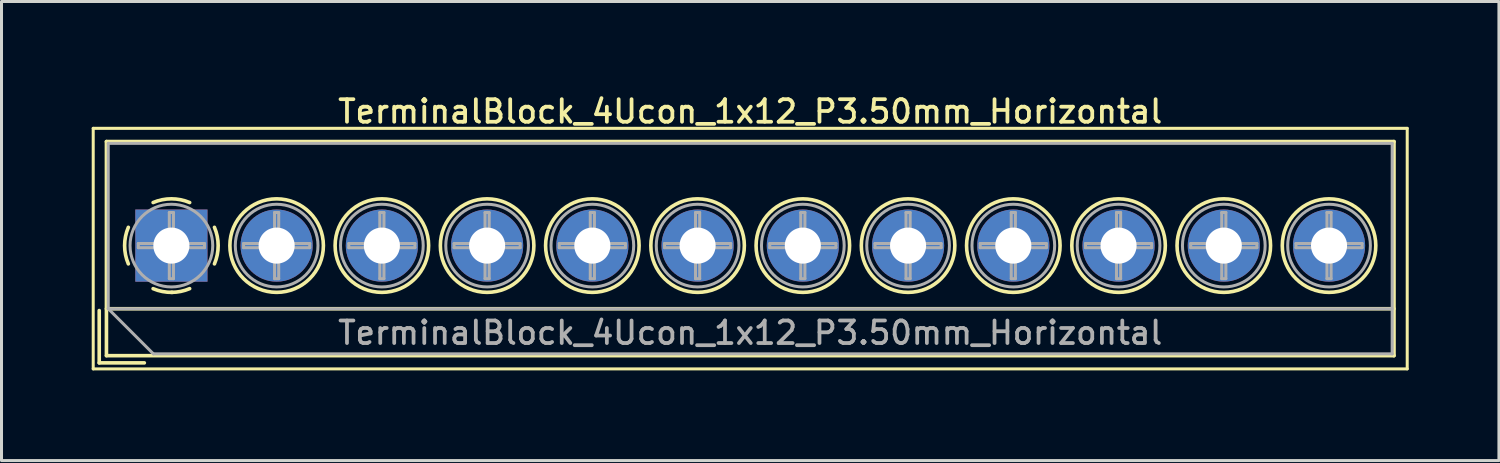
<source format=kicad_pcb>
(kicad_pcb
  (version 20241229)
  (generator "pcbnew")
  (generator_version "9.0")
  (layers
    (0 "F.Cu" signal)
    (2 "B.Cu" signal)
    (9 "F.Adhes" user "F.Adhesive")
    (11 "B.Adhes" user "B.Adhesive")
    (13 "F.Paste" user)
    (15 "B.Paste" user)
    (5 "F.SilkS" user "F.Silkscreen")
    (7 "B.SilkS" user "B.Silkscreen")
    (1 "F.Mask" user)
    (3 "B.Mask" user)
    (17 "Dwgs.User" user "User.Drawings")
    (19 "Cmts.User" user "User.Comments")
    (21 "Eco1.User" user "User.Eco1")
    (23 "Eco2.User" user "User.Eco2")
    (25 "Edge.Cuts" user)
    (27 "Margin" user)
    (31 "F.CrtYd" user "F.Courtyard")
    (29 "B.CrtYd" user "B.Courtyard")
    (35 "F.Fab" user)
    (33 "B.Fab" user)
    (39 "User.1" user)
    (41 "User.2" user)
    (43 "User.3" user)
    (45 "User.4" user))
  (footprint "TerminalBlock_4Ucon_1x12_P3.50mm_Horizontal"
    (layer "F.Cu")
    (at 2.65 5.118)
    (property "Reference" "TerminalBlock_4Ucon_1x12_P3.50mm_Horizontal" (at 19.25 -4.46 0) (layer "F.SilkS") (effects (font (size 0.75 0.75) (thickness 0.125))))
    (attr through_hole)
    (fp_line (start -2.6 -3.9) (end -2.6 4.1) (stroke (width 0.1) (type solid)) (layer "F.SilkS"))
    (fp_line (start -2.6 4.1) (end 41.1 4.1) (stroke (width 0.1) (type solid)) (layer "F.SilkS"))
    (fp_line (start -2.4 2.16) (end -2.4 3.9) (stroke (width 0.12) (type solid)) (layer "F.SilkS"))
    (fp_line (start -2.4 3.9) (end -0.9 3.9) (stroke (width 0.12) (type solid)) (layer "F.SilkS"))
    (fp_line (start -2.16 -3.46) (end -2.16 3.66) (stroke (width 0.12) (type solid)) (layer "F.SilkS"))
    (fp_line (start -2.16 -3.46) (end 40.66 -3.46) (stroke (width 0.12) (type solid)) (layer "F.SilkS"))
    (fp_line (start -2.16 2.1) (end 40.66 2.1) (stroke (width 0.12) (type solid)) (layer "F.SilkS"))
    (fp_line (start -2.16 3.66) (end 40.66 3.66) (stroke (width 0.12) (type solid)) (layer "F.SilkS"))
    (fp_line (start 40.66 -3.46) (end 40.66 3.66) (stroke (width 0.12) (type solid)) (layer "F.SilkS"))
    (fp_line (start 41.1 -3.9) (end -2.6 -3.9) (stroke (width 0.1) (type solid)) (layer "F.SilkS"))
    (fp_line (start 41.1 4.1) (end 41.1 -3.9) (stroke (width 0.1) (type solid)) (layer "F.SilkS"))
    (fp_arc (start -1.432109 0.607742) (mid -1.555727 -0.00014) (end -1.432 -0.608) (stroke (width 0.12) (type solid)) (layer "F.SilkS"))
    (fp_arc (start -0.607742 -1.432109) (mid 0.00014 -1.555727) (end 0.608 -1.432) (stroke (width 0.12) (type solid)) (layer "F.SilkS"))
    (fp_arc (start 0.027011 1.555493) (mid -0.296984 1.527118) (end -0.608 1.432) (stroke (width 0.12) (type solid)) (layer "F.SilkS"))
    (fp_arc (start 0.607587 1.431385) (mid 0.310017 1.523783) (end 0 1.555) (stroke (width 0.12) (type solid)) (layer "F.SilkS"))
    (fp_arc (start 1.432109 -0.607742) (mid 1.555727 0.00014) (end 1.432 0.608) (stroke (width 0.12) (type solid)) (layer "F.SilkS"))
    (fp_circle (center 3.5 0) (end 5.055 0) (stroke (width 0.12) (type solid)) (fill no) (layer "F.SilkS"))
    (fp_circle (center 7 0) (end 8.555 0) (stroke (width 0.12) (type solid)) (fill no) (layer "F.SilkS"))
    (fp_circle (center 10.5 0) (end 12.055 0) (stroke (width 0.12) (type solid)) (fill no) (layer "F.SilkS"))
    (fp_circle (center 14 0) (end 15.555 0) (stroke (width 0.12) (type solid)) (fill no) (layer "F.SilkS"))
    (fp_circle (center 17.5 0) (end 19.055 0) (stroke (width 0.12) (type solid)) (fill no) (layer "F.SilkS"))
    (fp_circle (center 21 0) (end 22.555 0) (stroke (width 0.12) (type solid)) (fill no) (layer "F.SilkS"))
    (fp_circle (center 24.5 0) (end 26.055 0) (stroke (width 0.12) (type solid)) (fill no) (layer "F.SilkS"))
    (fp_circle (center 28 0) (end 29.555 0) (stroke (width 0.12) (type solid)) (fill no) (layer "F.SilkS"))
    (fp_circle (center 31.5 0) (end 33.055 0) (stroke (width 0.12) (type solid)) (fill no) (layer "F.SilkS"))
    (fp_circle (center 35 0) (end 36.555 0) (stroke (width 0.12) (type solid)) (fill no) (layer "F.SilkS"))
    (fp_circle (center 38.5 0) (end 40.055 0) (stroke (width 0.12) (type solid)) (fill no) (layer "F.SilkS"))
    (fp_line (start -2.1 -3.4) (end 40.6 -3.4) (stroke (width 0.1) (type solid)) (layer "F.Fab"))
    (fp_line (start -2.1 2.1) (end -2.1 -3.4) (stroke (width 0.1) (type solid)) (layer "F.Fab"))
    (fp_line (start -2.1 2.1) (end 40.6 2.1) (stroke (width 0.1) (type solid)) (layer "F.Fab"))
    (fp_line (start -1.1 -0.069) (end -0.069 -0.069) (stroke (width 0.1) (type solid)) (layer "F.Fab"))
    (fp_line (start -1.1 0.069) (end -1.1 -0.069) (stroke (width 0.1) (type solid)) (layer "F.Fab"))
    (fp_line (start -0.6 3.6) (end -2.1 2.1) (stroke (width 0.1) (type solid)) (layer "F.Fab"))
    (fp_line (start -0.069 -1.1) (end 0.069 -1.1) (stroke (width 0.1) (type solid)) (layer "F.Fab"))
    (fp_line (start -0.069 -0.069) (end -0.069 -1.1) (stroke (width 0.1) (type solid)) (layer "F.Fab"))
    (fp_line (start -0.069 0.069) (end -1.1 0.069) (stroke (width 0.1) (type solid)) (layer "F.Fab"))
    (fp_line (start -0.069 1.1) (end -0.069 0.069) (stroke (width 0.1) (type solid)) (layer "F.Fab"))
    (fp_line (start 0.069 -1.1) (end 0.069 -0.069) (stroke (width 0.1) (type solid)) (layer "F.Fab"))
    (fp_line (start 0.069 -0.069) (end 1.1 -0.069) (stroke (width 0.1) (type solid)) (layer "F.Fab"))
    (fp_line (start 0.069 0.069) (end 0.069 1.1) (stroke (width 0.1) (type solid)) (layer "F.Fab"))
    (fp_line (start 0.069 1.1) (end -0.069 1.1) (stroke (width 0.1) (type solid)) (layer "F.Fab"))
    (fp_line (start 1.1 -0.069) (end 1.1 0.069) (stroke (width 0.1) (type solid)) (layer "F.Fab"))
    (fp_line (start 1.1 0.069) (end 0.069 0.069) (stroke (width 0.1) (type solid)) (layer "F.Fab"))
    (fp_line (start 2.4 -0.069) (end 3.431 -0.069) (stroke (width 0.1) (type solid)) (layer "F.Fab"))
    (fp_line (start 2.4 0.069) (end 2.4 -0.069) (stroke (width 0.1) (type solid)) (layer "F.Fab"))
    (fp_line (start 3.431 -1.1) (end 3.569 -1.1) (stroke (width 0.1) (type solid)) (layer "F.Fab"))
    (fp_line (start 3.431 -0.069) (end 3.431 -1.1) (stroke (width 0.1) (type solid)) (layer "F.Fab"))
    (fp_line (start 3.431 0.069) (end 2.4 0.069) (stroke (width 0.1) (type solid)) (layer "F.Fab"))
    (fp_line (start 3.431 1.1) (end 3.431 0.069) (stroke (width 0.1) (type solid)) (layer "F.Fab"))
    (fp_line (start 3.569 -1.1) (end 3.569 -0.069) (stroke (width 0.1) (type solid)) (layer "F.Fab"))
    (fp_line (start 3.569 -0.069) (end 4.6 -0.069) (stroke (width 0.1) (type solid)) (layer "F.Fab"))
    (fp_line (start 3.569 0.069) (end 3.569 1.1) (stroke (width 0.1) (type solid)) (layer "F.Fab"))
    (fp_line (start 3.569 1.1) (end 3.431 1.1) (stroke (width 0.1) (type solid)) (layer "F.Fab"))
    (fp_line (start 4.6 -0.069) (end 4.6 0.069) (stroke (width 0.1) (type solid)) (layer "F.Fab"))
    (fp_line (start 4.6 0.069) (end 3.569 0.069) (stroke (width 0.1) (type solid)) (layer "F.Fab"))
    (fp_line (start 5.9 -0.069) (end 6.931 -0.069) (stroke (width 0.1) (type solid)) (layer "F.Fab"))
    (fp_line (start 5.9 0.069) (end 5.9 -0.069) (stroke (width 0.1) (type solid)) (layer "F.Fab"))
    (fp_line (start 6.931 -1.1) (end 7.069 -1.1) (stroke (width 0.1) (type solid)) (layer "F.Fab"))
    (fp_line (start 6.931 -0.069) (end 6.931 -1.1) (stroke (width 0.1) (type solid)) (layer "F.Fab"))
    (fp_line (start 6.931 0.069) (end 5.9 0.069) (stroke (width 0.1) (type solid)) (layer "F.Fab"))
    (fp_line (start 6.931 1.1) (end 6.931 0.069) (stroke (width 0.1) (type solid)) (layer "F.Fab"))
    (fp_line (start 7.069 -1.1) (end 7.069 -0.069) (stroke (width 0.1) (type solid)) (layer "F.Fab"))
    (fp_line (start 7.069 -0.069) (end 8.1 -0.069) (stroke (width 0.1) (type solid)) (layer "F.Fab"))
    (fp_line (start 7.069 0.069) (end 7.069 1.1) (stroke (width 0.1) (type solid)) (layer "F.Fab"))
    (fp_line (start 7.069 1.1) (end 6.931 1.1) (stroke (width 0.1) (type solid)) (layer "F.Fab"))
    (fp_line (start 8.1 -0.069) (end 8.1 0.069) (stroke (width 0.1) (type solid)) (layer "F.Fab"))
    (fp_line (start 8.1 0.069) (end 7.069 0.069) (stroke (width 0.1) (type solid)) (layer "F.Fab"))
    (fp_line (start 9.4 -0.069) (end 10.431 -0.069) (stroke (width 0.1) (type solid)) (layer "F.Fab"))
    (fp_line (start 9.4 0.069) (end 9.4 -0.069) (stroke (width 0.1) (type solid)) (layer "F.Fab"))
    (fp_line (start 10.431 -1.1) (end 10.569 -1.1) (stroke (width 0.1) (type solid)) (layer "F.Fab"))
    (fp_line (start 10.431 -0.069) (end 10.431 -1.1) (stroke (width 0.1) (type solid)) (layer "F.Fab"))
    (fp_line (start 10.431 0.069) (end 9.4 0.069) (stroke (width 0.1) (type solid)) (layer "F.Fab"))
    (fp_line (start 10.431 1.1) (end 10.431 0.069) (stroke (width 0.1) (type solid)) (layer "F.Fab"))
    (fp_line (start 10.569 -1.1) (end 10.569 -0.069) (stroke (width 0.1) (type solid)) (layer "F.Fab"))
    (fp_line (start 10.569 -0.069) (end 11.6 -0.069) (stroke (width 0.1) (type solid)) (layer "F.Fab"))
    (fp_line (start 10.569 0.069) (end 10.569 1.1) (stroke (width 0.1) (type solid)) (layer "F.Fab"))
    (fp_line (start 10.569 1.1) (end 10.431 1.1) (stroke (width 0.1) (type solid)) (layer "F.Fab"))
    (fp_line (start 11.6 -0.069) (end 11.6 0.069) (stroke (width 0.1) (type solid)) (layer "F.Fab"))
    (fp_line (start 11.6 0.069) (end 10.569 0.069) (stroke (width 0.1) (type solid)) (layer "F.Fab"))
    (fp_line (start 12.9 -0.069) (end 13.931 -0.069) (stroke (width 0.1) (type solid)) (layer "F.Fab"))
    (fp_line (start 12.9 0.069) (end 12.9 -0.069) (stroke (width 0.1) (type solid)) (layer "F.Fab"))
    (fp_line (start 13.931 -1.1) (end 14.069 -1.1) (stroke (width 0.1) (type solid)) (layer "F.Fab"))
    (fp_line (start 13.931 -0.069) (end 13.931 -1.1) (stroke (width 0.1) (type solid)) (layer "F.Fab"))
    (fp_line (start 13.931 0.069) (end 12.9 0.069) (stroke (width 0.1) (type solid)) (layer "F.Fab"))
    (fp_line (start 13.931 1.1) (end 13.931 0.069) (stroke (width 0.1) (type solid)) (layer "F.Fab"))
    (fp_line (start 14.069 -1.1) (end 14.069 -0.069) (stroke (width 0.1) (type solid)) (layer "F.Fab"))
    (fp_line (start 14.069 -0.069) (end 15.1 -0.069) (stroke (width 0.1) (type solid)) (layer "F.Fab"))
    (fp_line (start 14.069 0.069) (end 14.069 1.1) (stroke (width 0.1) (type solid)) (layer "F.Fab"))
    (fp_line (start 14.069 1.1) (end 13.931 1.1) (stroke (width 0.1) (type solid)) (layer "F.Fab"))
    (fp_line (start 15.1 -0.069) (end 15.1 0.069) (stroke (width 0.1) (type solid)) (layer "F.Fab"))
    (fp_line (start 15.1 0.069) (end 14.069 0.069) (stroke (width 0.1) (type solid)) (layer "F.Fab"))
    (fp_line (start 16.4 -0.069) (end 17.431 -0.069) (stroke (width 0.1) (type solid)) (layer "F.Fab"))
    (fp_line (start 16.4 0.069) (end 16.4 -0.069) (stroke (width 0.1) (type solid)) (layer "F.Fab"))
    (fp_line (start 17.431 -1.1) (end 17.569 -1.1) (stroke (width 0.1) (type solid)) (layer "F.Fab"))
    (fp_line (start 17.431 -0.069) (end 17.431 -1.1) (stroke (width 0.1) (type solid)) (layer "F.Fab"))
    (fp_line (start 17.431 0.069) (end 16.4 0.069) (stroke (width 0.1) (type solid)) (layer "F.Fab"))
    (fp_line (start 17.431 1.1) (end 17.431 0.069) (stroke (width 0.1) (type solid)) (layer "F.Fab"))
    (fp_line (start 17.569 -1.1) (end 17.569 -0.069) (stroke (width 0.1) (type solid)) (layer "F.Fab"))
    (fp_line (start 17.569 -0.069) (end 18.6 -0.069) (stroke (width 0.1) (type solid)) (layer "F.Fab"))
    (fp_line (start 17.569 0.069) (end 17.569 1.1) (stroke (width 0.1) (type solid)) (layer "F.Fab"))
    (fp_line (start 17.569 1.1) (end 17.431 1.1) (stroke (width 0.1) (type solid)) (layer "F.Fab"))
    (fp_line (start 18.6 -0.069) (end 18.6 0.069) (stroke (width 0.1) (type solid)) (layer "F.Fab"))
    (fp_line (start 18.6 0.069) (end 17.569 0.069) (stroke (width 0.1) (type solid)) (layer "F.Fab"))
    (fp_line (start 19.9 -0.069) (end 20.931 -0.069) (stroke (width 0.1) (type solid)) (layer "F.Fab"))
    (fp_line (start 19.9 0.069) (end 19.9 -0.069) (stroke (width 0.1) (type solid)) (layer "F.Fab"))
    (fp_line (start 20.931 -1.1) (end 21.069 -1.1) (stroke (width 0.1) (type solid)) (layer "F.Fab"))
    (fp_line (start 20.931 -0.069) (end 20.931 -1.1) (stroke (width 0.1) (type solid)) (layer "F.Fab"))
    (fp_line (start 20.931 0.069) (end 19.9 0.069) (stroke (width 0.1) (type solid)) (layer "F.Fab"))
    (fp_line (start 20.931 1.1) (end 20.931 0.069) (stroke (width 0.1) (type solid)) (layer "F.Fab"))
    (fp_line (start 21.069 -1.1) (end 21.069 -0.069) (stroke (width 0.1) (type solid)) (layer "F.Fab"))
    (fp_line (start 21.069 -0.069) (end 22.1 -0.069) (stroke (width 0.1) (type solid)) (layer "F.Fab"))
    (fp_line (start 21.069 0.069) (end 21.069 1.1) (stroke (width 0.1) (type solid)) (layer "F.Fab"))
    (fp_line (start 21.069 1.1) (end 20.931 1.1) (stroke (width 0.1) (type solid)) (layer "F.Fab"))
    (fp_line (start 22.1 -0.069) (end 22.1 0.069) (stroke (width 0.1) (type solid)) (layer "F.Fab"))
    (fp_line (start 22.1 0.069) (end 21.069 0.069) (stroke (width 0.1) (type solid)) (layer "F.Fab"))
    (fp_line (start 23.4 -0.069) (end 24.431 -0.069) (stroke (width 0.1) (type solid)) (layer "F.Fab"))
    (fp_line (start 23.4 0.069) (end 23.4 -0.069) (stroke (width 0.1) (type solid)) (layer "F.Fab"))
    (fp_line (start 24.431 -1.1) (end 24.569 -1.1) (stroke (width 0.1) (type solid)) (layer "F.Fab"))
    (fp_line (start 24.431 -0.069) (end 24.431 -1.1) (stroke (width 0.1) (type solid)) (layer "F.Fab"))
    (fp_line (start 24.431 0.069) (end 23.4 0.069) (stroke (width 0.1) (type solid)) (layer "F.Fab"))
    (fp_line (start 24.431 1.1) (end 24.431 0.069) (stroke (width 0.1) (type solid)) (layer "F.Fab"))
    (fp_line (start 24.569 -1.1) (end 24.569 -0.069) (stroke (width 0.1) (type solid)) (layer "F.Fab"))
    (fp_line (start 24.569 -0.069) (end 25.6 -0.069) (stroke (width 0.1) (type solid)) (layer "F.Fab"))
    (fp_line (start 24.569 0.069) (end 24.569 1.1) (stroke (width 0.1) (type solid)) (layer "F.Fab"))
    (fp_line (start 24.569 1.1) (end 24.431 1.1) (stroke (width 0.1) (type solid)) (layer "F.Fab"))
    (fp_line (start 25.6 -0.069) (end 25.6 0.069) (stroke (width 0.1) (type solid)) (layer "F.Fab"))
    (fp_line (start 25.6 0.069) (end 24.569 0.069) (stroke (width 0.1) (type solid)) (layer "F.Fab"))
    (fp_line (start 26.9 -0.069) (end 27.931 -0.069) (stroke (width 0.1) (type solid)) (layer "F.Fab"))
    (fp_line (start 26.9 0.069) (end 26.9 -0.069) (stroke (width 0.1) (type solid)) (layer "F.Fab"))
    (fp_line (start 27.931 -1.1) (end 28.069 -1.1) (stroke (width 0.1) (type solid)) (layer "F.Fab"))
    (fp_line (start 27.931 -0.069) (end 27.931 -1.1) (stroke (width 0.1) (type solid)) (layer "F.Fab"))
    (fp_line (start 27.931 0.069) (end 26.9 0.069) (stroke (width 0.1) (type solid)) (layer "F.Fab"))
    (fp_line (start 27.931 1.1) (end 27.931 0.069) (stroke (width 0.1) (type solid)) (layer "F.Fab"))
    (fp_line (start 28.069 -1.1) (end 28.069 -0.069) (stroke (width 0.1) (type solid)) (layer "F.Fab"))
    (fp_line (start 28.069 -0.069) (end 29.1 -0.069) (stroke (width 0.1) (type solid)) (layer "F.Fab"))
    (fp_line (start 28.069 0.069) (end 28.069 1.1) (stroke (width 0.1) (type solid)) (layer "F.Fab"))
    (fp_line (start 28.069 1.1) (end 27.931 1.1) (stroke (width 0.1) (type solid)) (layer "F.Fab"))
    (fp_line (start 29.1 -0.069) (end 29.1 0.069) (stroke (width 0.1) (type solid)) (layer "F.Fab"))
    (fp_line (start 29.1 0.069) (end 28.069 0.069) (stroke (width 0.1) (type solid)) (layer "F.Fab"))
    (fp_line (start 30.4 -0.069) (end 31.431 -0.069) (stroke (width 0.1) (type solid)) (layer "F.Fab"))
    (fp_line (start 30.4 0.069) (end 30.4 -0.069) (stroke (width 0.1) (type solid)) (layer "F.Fab"))
    (fp_line (start 31.431 -1.1) (end 31.569 -1.1) (stroke (width 0.1) (type solid)) (layer "F.Fab"))
    (fp_line (start 31.431 -0.069) (end 31.431 -1.1) (stroke (width 0.1) (type solid)) (layer "F.Fab"))
    (fp_line (start 31.431 0.069) (end 30.4 0.069) (stroke (width 0.1) (type solid)) (layer "F.Fab"))
    (fp_line (start 31.431 1.1) (end 31.431 0.069) (stroke (width 0.1) (type solid)) (layer "F.Fab"))
    (fp_line (start 31.569 -1.1) (end 31.569 -0.069) (stroke (width 0.1) (type solid)) (layer "F.Fab"))
    (fp_line (start 31.569 -0.069) (end 32.6 -0.069) (stroke (width 0.1) (type solid)) (layer "F.Fab"))
    (fp_line (start 31.569 0.069) (end 31.569 1.1) (stroke (width 0.1) (type solid)) (layer "F.Fab"))
    (fp_line (start 31.569 1.1) (end 31.431 1.1) (stroke (width 0.1) (type solid)) (layer "F.Fab"))
    (fp_line (start 32.6 -0.069) (end 32.6 0.069) (stroke (width 0.1) (type solid)) (layer "F.Fab"))
    (fp_line (start 32.6 0.069) (end 31.569 0.069) (stroke (width 0.1) (type solid)) (layer "F.Fab"))
    (fp_line (start 33.9 -0.069) (end 34.931 -0.069) (stroke (width 0.1) (type solid)) (layer "F.Fab"))
    (fp_line (start 33.9 0.069) (end 33.9 -0.069) (stroke (width 0.1) (type solid)) (layer "F.Fab"))
    (fp_line (start 34.931 -1.1) (end 35.069 -1.1) (stroke (width 0.1) (type solid)) (layer "F.Fab"))
    (fp_line (start 34.931 -0.069) (end 34.931 -1.1) (stroke (width 0.1) (type solid)) (layer "F.Fab"))
    (fp_line (start 34.931 0.069) (end 33.9 0.069) (stroke (width 0.1) (type solid)) (layer "F.Fab"))
    (fp_line (start 34.931 1.1) (end 34.931 0.069) (stroke (width 0.1) (type solid)) (layer "F.Fab"))
    (fp_line (start 35.069 -1.1) (end 35.069 -0.069) (stroke (width 0.1) (type solid)) (layer "F.Fab"))
    (fp_line (start 35.069 -0.069) (end 36.1 -0.069) (stroke (width 0.1) (type solid)) (layer "F.Fab"))
    (fp_line (start 35.069 0.069) (end 35.069 1.1) (stroke (width 0.1) (type solid)) (layer "F.Fab"))
    (fp_line (start 35.069 1.1) (end 34.931 1.1) (stroke (width 0.1) (type solid)) (layer "F.Fab"))
    (fp_line (start 36.1 -0.069) (end 36.1 0.069) (stroke (width 0.1) (type solid)) (layer "F.Fab"))
    (fp_line (start 36.1 0.069) (end 35.069 0.069) (stroke (width 0.1) (type solid)) (layer "F.Fab"))
    (fp_line (start 37.4 -0.069) (end 38.431 -0.069) (stroke (width 0.1) (type solid)) (layer "F.Fab"))
    (fp_line (start 37.4 0.069) (end 37.4 -0.069) (stroke (width 0.1) (type solid)) (layer "F.Fab"))
    (fp_line (start 38.431 -1.1) (end 38.569 -1.1) (stroke (width 0.1) (type solid)) (layer "F.Fab"))
    (fp_line (start 38.431 -0.069) (end 38.431 -1.1) (stroke (width 0.1) (type solid)) (layer "F.Fab"))
    (fp_line (start 38.431 0.069) (end 37.4 0.069) (stroke (width 0.1) (type solid)) (layer "F.Fab"))
    (fp_line (start 38.431 1.1) (end 38.431 0.069) (stroke (width 0.1) (type solid)) (layer "F.Fab"))
    (fp_line (start 38.569 -1.1) (end 38.569 -0.069) (stroke (width 0.1) (type solid)) (layer "F.Fab"))
    (fp_line (start 38.569 -0.069) (end 39.6 -0.069) (stroke (width 0.1) (type solid)) (layer "F.Fab"))
    (fp_line (start 38.569 0.069) (end 38.569 1.1) (stroke (width 0.1) (type solid)) (layer "F.Fab"))
    (fp_line (start 38.569 1.1) (end 38.431 1.1) (stroke (width 0.1) (type solid)) (layer "F.Fab"))
    (fp_line (start 39.6 -0.069) (end 39.6 0.069) (stroke (width 0.1) (type solid)) (layer "F.Fab"))
    (fp_line (start 39.6 0.069) (end 38.569 0.069) (stroke (width 0.1) (type solid)) (layer "F.Fab"))
    (fp_line (start 40.6 -3.4) (end 40.6 3.6) (stroke (width 0.1) (type solid)) (layer "F.Fab"))
    (fp_line (start 40.6 3.6) (end -0.6 3.6) (stroke (width 0.1) (type solid)) (layer "F.Fab"))
    (fp_circle (center 0 0) (end 1.375 0) (stroke (width 0.1) (type solid)) (fill no) (layer "F.Fab"))
    (fp_circle (center 3.5 0) (end 4.875 0) (stroke (width 0.1) (type solid)) (fill no) (layer "F.Fab"))
    (fp_circle (center 7 0) (end 8.375 0) (stroke (width 0.1) (type solid)) (fill no) (layer "F.Fab"))
    (fp_circle (center 10.5 0) (end 11.875 0) (stroke (width 0.1) (type solid)) (fill no) (layer "F.Fab"))
    (fp_circle (center 14 0) (end 15.375 0) (stroke (width 0.1) (type solid)) (fill no) (layer "F.Fab"))
    (fp_circle (center 17.5 0) (end 18.875 0) (stroke (width 0.1) (type solid)) (fill no) (layer "F.Fab"))
    (fp_circle (center 21 0) (end 22.375 0) (stroke (width 0.1) (type solid)) (fill no) (layer "F.Fab"))
    (fp_circle (center 24.5 0) (end 25.875 0) (stroke (width 0.1) (type solid)) (fill no) (layer "F.Fab"))
    (fp_circle (center 28 0) (end 29.375 0) (stroke (width 0.1) (type solid)) (fill no) (layer "F.Fab"))
    (fp_circle (center 31.5 0) (end 32.875 0) (stroke (width 0.1) (type solid)) (fill no) (layer "F.Fab"))
    (fp_circle (center 35 0) (end 36.375 0) (stroke (width 0.1) (type solid)) (fill no) (layer "F.Fab"))
    (fp_circle (center 38.5 0) (end 39.875 0) (stroke (width 0.1) (type solid)) (fill no) (layer "F.Fab"))
    (fp_text user "${REFERENCE}" (at 19.25 2.9 0) (layer "F.Fab") (effects (font (size 0.75 0.75) (thickness 0.125))))
    (pad "1" thru_hole rect (at 0 0) (size 2.4 2.4) (drill 1.2) (layers "*.Cu" "*.Mask"))
    (pad "2" thru_hole circle (at 3.5 0) (size 2.4 2.4) (drill 1.2) (layers "*.Cu" "*.Mask"))
    (pad "3" thru_hole circle (at 7 0) (size 2.4 2.4) (drill 1.2) (layers "*.Cu" "*.Mask"))
    (pad "4" thru_hole circle (at 10.5 0) (size 2.4 2.4) (drill 1.2) (layers "*.Cu" "*.Mask"))
    (pad "5" thru_hole circle (at 14 0) (size 2.4 2.4) (drill 1.2) (layers "*.Cu" "*.Mask"))
    (pad "6" thru_hole circle (at 17.5 0) (size 2.4 2.4) (drill 1.2) (layers "*.Cu" "*.Mask"))
    (pad "7" thru_hole circle (at 21 0) (size 2.4 2.4) (drill 1.2) (layers "*.Cu" "*.Mask"))
    (pad "8" thru_hole circle (at 24.5 0) (size 2.4 2.4) (drill 1.2) (layers "*.Cu" "*.Mask"))
    (pad "9" thru_hole circle (at 28 0) (size 2.4 2.4) (drill 1.2) (layers "*.Cu" "*.Mask"))
    (pad "10" thru_hole circle (at 31.5 0) (size 2.4 2.4) (drill 1.2) (layers "*.Cu" "*.Mask"))
    (pad "11" thru_hole circle (at 35 0) (size 2.4 2.4) (drill 1.2) (layers "*.Cu" "*.Mask"))
    (pad "12" thru_hole circle (at 38.5 0) (size 2.4 2.4) (drill 1.2) (layers "*.Cu" "*.Mask")))
  (gr_rect
    (start -3 -3)
    (end 46.8 12.268)
    (stroke (width 0.1) (type default))
    (fill no)
    (layer "Edge.Cuts")))
</source>
